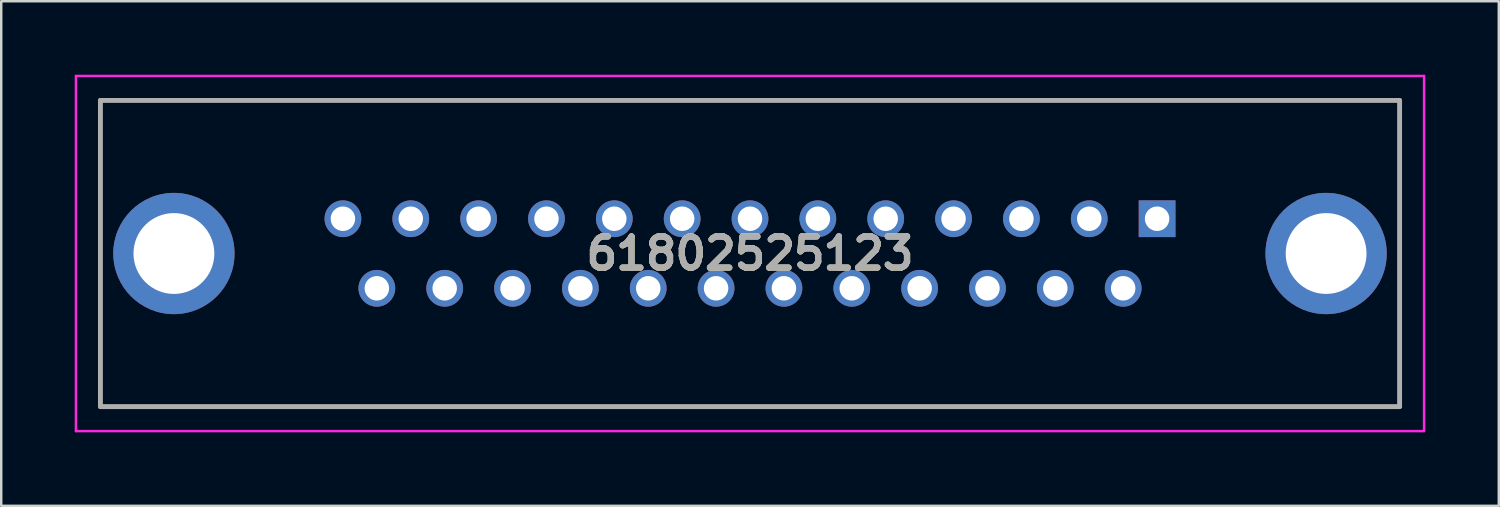
<source format=kicad_pcb>
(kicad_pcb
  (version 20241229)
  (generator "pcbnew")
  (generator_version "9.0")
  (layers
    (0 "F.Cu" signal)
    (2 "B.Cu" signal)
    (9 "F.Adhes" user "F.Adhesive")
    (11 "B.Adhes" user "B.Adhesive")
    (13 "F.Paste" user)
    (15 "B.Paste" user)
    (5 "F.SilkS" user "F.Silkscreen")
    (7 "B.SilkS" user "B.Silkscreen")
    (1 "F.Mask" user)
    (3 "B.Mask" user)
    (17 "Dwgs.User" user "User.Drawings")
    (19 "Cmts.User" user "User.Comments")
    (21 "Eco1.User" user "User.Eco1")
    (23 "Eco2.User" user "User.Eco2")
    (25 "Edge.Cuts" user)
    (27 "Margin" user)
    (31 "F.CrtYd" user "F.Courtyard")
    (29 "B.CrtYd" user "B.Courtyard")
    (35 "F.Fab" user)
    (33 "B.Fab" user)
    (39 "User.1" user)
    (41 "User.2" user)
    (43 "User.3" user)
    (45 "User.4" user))
  (footprint "61802525123"
    (layer "F.Cu")
    (at 44.19 5.88)
    (property "Reference" "61802525123" (at -16.62 1.42 0) (layer "F.SilkS") (effects (font (size 1.27 1.27) (thickness 0.254))))
    (attr through_hole)
    (fp_line (start -43.14 -4.83) (end 9.9 -4.83) (stroke (width 0.1) (type solid)) (layer "F.SilkS"))
    (fp_line (start -43.14 7.67) (end -43.14 -4.83) (stroke (width 0.1) (type solid)) (layer "F.SilkS"))
    (fp_line (start 9.9 -4.83) (end 9.9 7.67) (stroke (width 0.1) (type solid)) (layer "F.SilkS"))
    (fp_line (start 9.9 7.67) (end -43.14 7.67) (stroke (width 0.1) (type solid)) (layer "F.SilkS"))
    (fp_line (start -44.14 -5.83) (end 10.9 -5.83) (stroke (width 0.1) (type solid)) (layer "F.CrtYd"))
    (fp_line (start -44.14 8.67) (end -44.14 -5.83) (stroke (width 0.1) (type solid)) (layer "F.CrtYd"))
    (fp_line (start 10.9 -5.83) (end 10.9 8.67) (stroke (width 0.1) (type solid)) (layer "F.CrtYd"))
    (fp_line (start 10.9 8.67) (end -44.14 8.67) (stroke (width 0.1) (type solid)) (layer "F.CrtYd"))
    (fp_line (start -43.14 -4.83) (end -43.14 7.67) (stroke (width 0.2) (type solid)) (layer "F.Fab"))
    (fp_line (start -43.14 7.67) (end 9.9 7.67) (stroke (width 0.2) (type solid)) (layer "F.Fab"))
    (fp_line (start 9.9 -4.83) (end -43.14 -4.83) (stroke (width 0.2) (type solid)) (layer "F.Fab"))
    (fp_line (start 9.9 7.67) (end 9.9 -4.83) (stroke (width 0.2) (type solid)) (layer "F.Fab"))
    (fp_text user "${REFERENCE}" (at -16.62 1.42 0) (layer "F.Fab") (effects (font (size 1.27 1.27) (thickness 0.254))))
    (pad "1" thru_hole rect (at 0 0) (size 1.5 1.5) (drill 1) (layers "*.Cu" "*.Mask"))
    (pad "2" thru_hole circle (at -2.77 0) (size 1.5 1.5) (drill 1) (layers "*.Cu" "*.Mask"))
    (pad "3" thru_hole circle (at -5.54 0) (size 1.5 1.5) (drill 1) (layers "*.Cu" "*.Mask"))
    (pad "4" thru_hole circle (at -8.31 0) (size 1.5 1.5) (drill 1) (layers "*.Cu" "*.Mask"))
    (pad "5" thru_hole circle (at -11.08 0) (size 1.5 1.5) (drill 1) (layers "*.Cu" "*.Mask"))
    (pad "6" thru_hole circle (at -13.85 0) (size 1.5 1.5) (drill 1) (layers "*.Cu" "*.Mask"))
    (pad "7" thru_hole circle (at -16.62 0) (size 1.5 1.5) (drill 1) (layers "*.Cu" "*.Mask"))
    (pad "8" thru_hole circle (at -19.39 0) (size 1.5 1.5) (drill 1) (layers "*.Cu" "*.Mask"))
    (pad "9" thru_hole circle (at -22.16 0) (size 1.5 1.5) (drill 1) (layers "*.Cu" "*.Mask"))
    (pad "10" thru_hole circle (at -24.93 0) (size 1.5 1.5) (drill 1) (layers "*.Cu" "*.Mask"))
    (pad "11" thru_hole circle (at -27.7 0) (size 1.5 1.5) (drill 1) (layers "*.Cu" "*.Mask"))
    (pad "12" thru_hole circle (at -30.47 0) (size 1.5 1.5) (drill 1) (layers "*.Cu" "*.Mask"))
    (pad "13" thru_hole circle (at -33.24 0) (size 1.5 1.5) (drill 1) (layers "*.Cu" "*.Mask"))
    (pad "14" thru_hole circle (at -1.385 2.84) (size 1.5 1.5) (drill 1) (layers "*.Cu" "*.Mask"))
    (pad "15" thru_hole circle (at -4.155 2.84) (size 1.5 1.5) (drill 1) (layers "*.Cu" "*.Mask"))
    (pad "16" thru_hole circle (at -6.925 2.84) (size 1.5 1.5) (drill 1) (layers "*.Cu" "*.Mask"))
    (pad "17" thru_hole circle (at -9.695 2.84) (size 1.5 1.5) (drill 1) (layers "*.Cu" "*.Mask"))
    (pad "18" thru_hole circle (at -12.465 2.84) (size 1.5 1.5) (drill 1) (layers "*.Cu" "*.Mask"))
    (pad "19" thru_hole circle (at -15.235 2.84) (size 1.5 1.5) (drill 1) (layers "*.Cu" "*.Mask"))
    (pad "20" thru_hole circle (at -18.005 2.84) (size 1.5 1.5) (drill 1) (layers "*.Cu" "*.Mask"))
    (pad "21" thru_hole circle (at -20.775 2.84) (size 1.5 1.5) (drill 1) (layers "*.Cu" "*.Mask"))
    (pad "22" thru_hole circle (at -23.545 2.84) (size 1.5 1.5) (drill 1) (layers "*.Cu" "*.Mask"))
    (pad "23" thru_hole circle (at -26.315 2.84) (size 1.5 1.5) (drill 1) (layers "*.Cu" "*.Mask"))
    (pad "24" thru_hole circle (at -29.085 2.84) (size 1.5 1.5) (drill 1) (layers "*.Cu" "*.Mask"))
    (pad "25" thru_hole circle (at -31.855 2.84) (size 1.5 1.5) (drill 1) (layers "*.Cu" "*.Mask"))
    (pad "MH1" thru_hole circle (at 6.9 1.42) (size 4.95 4.95) (drill 3.3) (layers "*.Cu" "*.Mask"))
    (pad "MH2" thru_hole circle (at -40.14 1.42) (size 4.95 4.95) (drill 3.3) (layers "*.Cu" "*.Mask")))
  (gr_rect
    (start -3 -3)
    (end 58.14 17.6)
    (stroke (width 0.1) (type default))
    (fill no)
    (layer "Edge.Cuts")))
</source>
